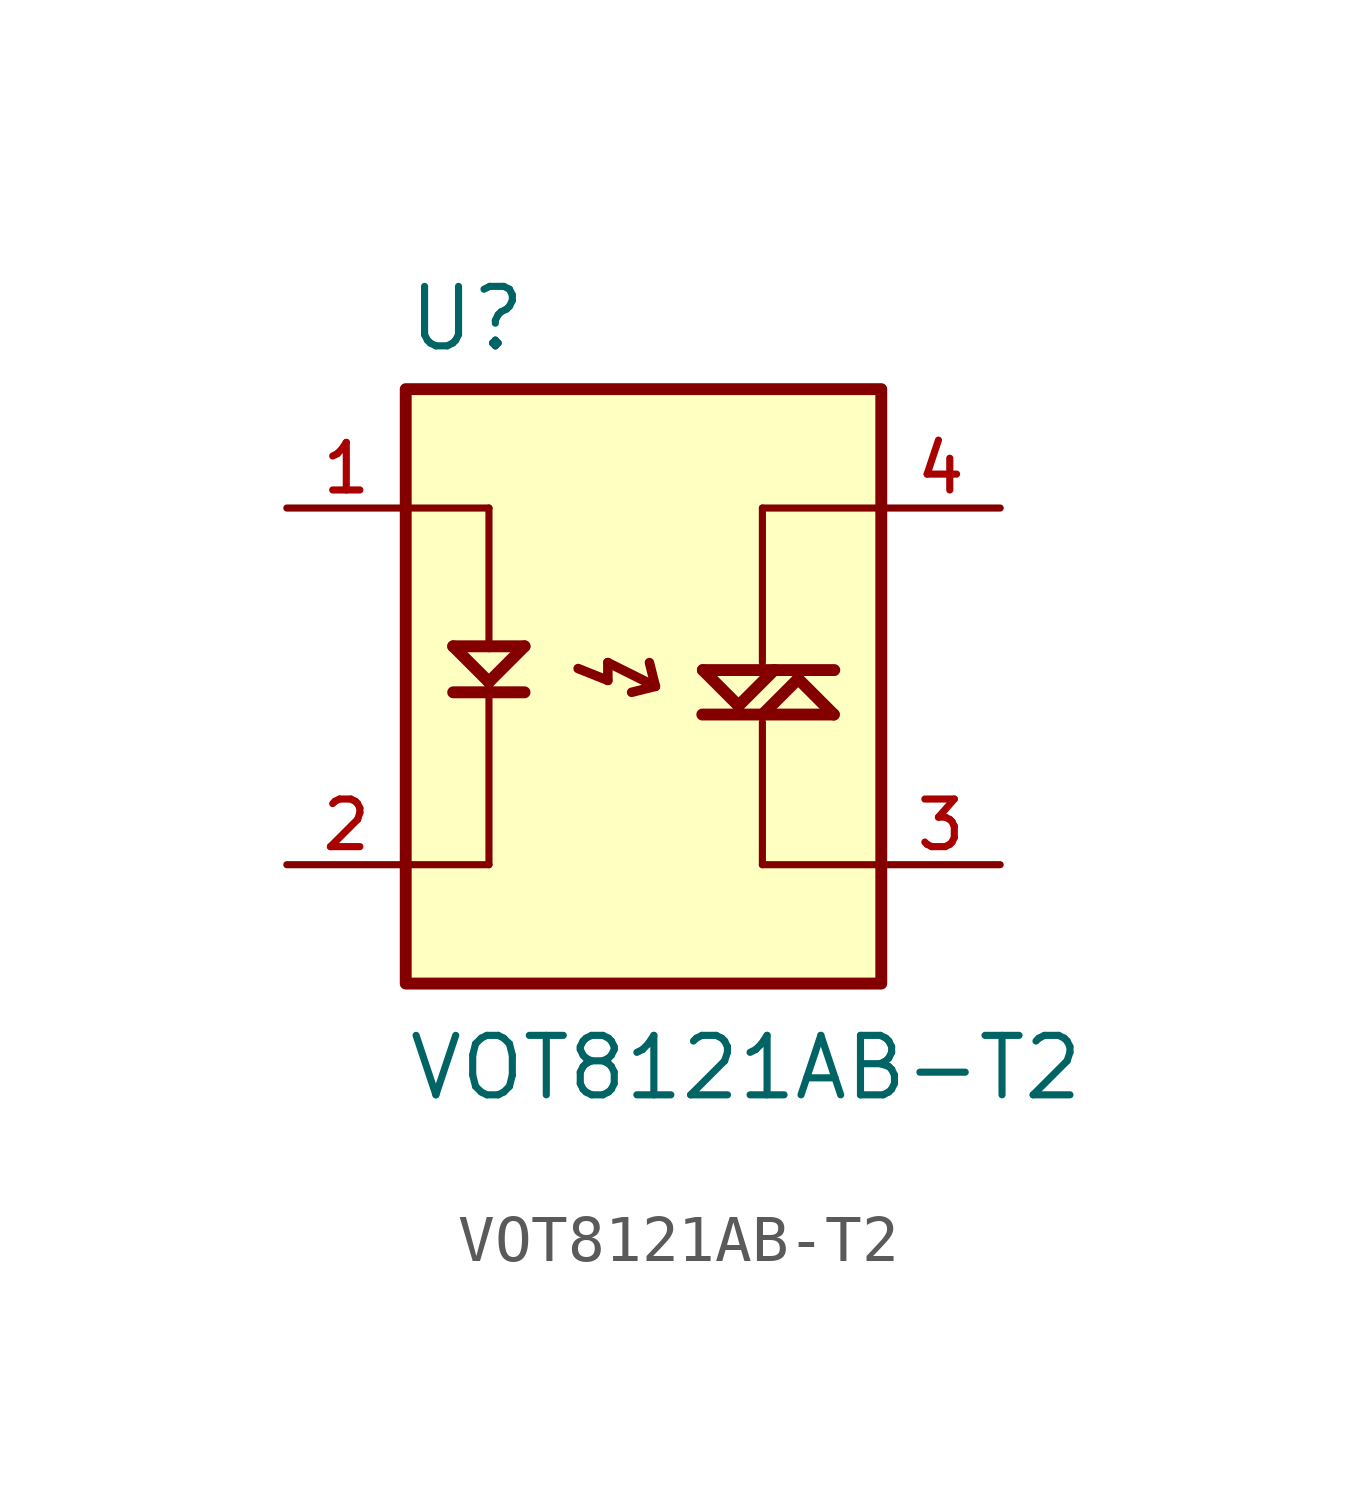
<source format=kicad_sym>
(kicad_symbol_lib
  (version 20211014)
  (generator kicad_symbol_editor)
  (symbol "VOT8121AB-T2"
    (pin_names
      (offset 1.016))
    (property "Reference" "U"
      (at -5.08 5.842 0)
      (effects (font (size 1.27 1.27)) (justify bottom left)))
    (property "Value" "VOT8121AB-T2"
      (at -5.08 -10.16 0)
      (effects (font (size 1.27 1.27)) (justify bottom left)))
    (symbol "VOT8121AB-T2_0_0"
      (polyline (pts (xy -5.08 2.54) (xy -3.302 2.54)) (stroke (width 0.152)))
      (polyline (pts (xy -3.302 2.54) (xy -3.302 -0.414)) (stroke (width 0.152)))
      (polyline (pts (xy -3.302 -0.414) (xy -2.542 -0.414)) (stroke (width 0.254)))
      (polyline (pts (xy -3.302 -0.414) (xy -4.066 -0.414)) (stroke (width 0.254)))
      (polyline (pts (xy -4.066 -0.414) (xy -3.304 -1.176)) (stroke (width 0.254)))
      (polyline (pts (xy -3.304 -1.176) (xy -2.542 -0.414)) (stroke (width 0.254)))
      (polyline (pts (xy -4.066 -1.397) (xy -3.302 -1.397)) (stroke (width 0.254)))
      (polyline (pts (xy -3.302 -1.397) (xy -2.542 -1.397)) (stroke (width 0.254)))
      (polyline (pts (xy -3.302 -1.397) (xy -3.302 -5.08)) (stroke (width 0.152)))
      (polyline (pts (xy -3.302 -5.08) (xy -5.08 -5.08)) (stroke (width 0.152)))
      (polyline (pts (xy 2.54 -5.08) (xy 5.08 -5.08)) (stroke (width 0.152)))
      (polyline (pts (xy 2.54 -2.032) (xy 2.54 -5.08)) (stroke (width 0.152)))
      (polyline (pts (xy 2.54 2.54) (xy 5.08 2.54)) (stroke (width 0.152)))
      (polyline (pts (xy 2.792 -0.922) (xy 1.268 -0.922)) (stroke (width 0.254)))
      (polyline (pts (xy 1.268 -0.922) (xy 2.03 -1.684)) (stroke (width 0.254)))
      (polyline (pts (xy 2.03 -1.684) (xy 2.792 -0.922)) (stroke (width 0.254)))
      (polyline (pts (xy 2.542 -1.872) (xy 4.066 -1.872)) (stroke (width 0.254)))
      (polyline (pts (xy 4.066 -1.872) (xy 3.304 -1.11)) (stroke (width 0.254)))
      (polyline (pts (xy 3.304 -1.11) (xy 2.542 -1.872)) (stroke (width 0.254)))
      (polyline (pts (xy 2.792 -0.922) (xy 4.076 -0.922)) (stroke (width 0.254)))
      (polyline (pts (xy 1.256 -1.872) (xy 2.542 -1.872)) (stroke (width 0.254)))
      (polyline (pts (xy 2.54 2.54) (xy 2.54 -0.762)) (stroke (width 0.152)))
      (polyline (pts (xy -0.762 -0.762) (xy 0.254 -1.27)) (stroke (width 0.203)))
      (polyline (pts (xy 0.254 -1.27) (xy 0.127 -0.762)) (stroke (width 0.203)))
      (polyline (pts (xy 0.254 -1.27) (xy -0.254 -1.397)) (stroke (width 0.203)))
      (polyline (pts (xy -0.762 -0.762) (xy -0.762 -1.143)) (stroke (width 0.203)))
      (polyline (pts (xy -0.762 -1.143) (xy -1.397 -0.889)) (stroke (width 0.203)))
      (rectangle (start -5.08 -7.62) (end 5.08 5.08) (stroke (width 0.254)) (fill (type background)))
      (pin passive line (at 7.62 2.54 180.0) (length 2.54) (name "~" (effects (font (size 1.016 1.016)))) (number "4" (effects (font (size 1.016 1.016)))))
      (pin passive line (at 7.62 -5.08 180.0) (length 2.54) (name "~" (effects (font (size 1.016 1.016)))) (number "3" (effects (font (size 1.016 1.016)))))
      (pin passive line (at -7.62 2.54 0) (length 2.54) (name "~" (effects (font (size 1.016 1.016)))) (number "1" (effects (font (size 1.016 1.016)))))
      (pin passive line (at -7.62 -5.08 0) (length 2.54) (name "~" (effects (font (size 1.016 1.016)))) (number "2" (effects (font (size 1.016 1.016))))))))
</source>
